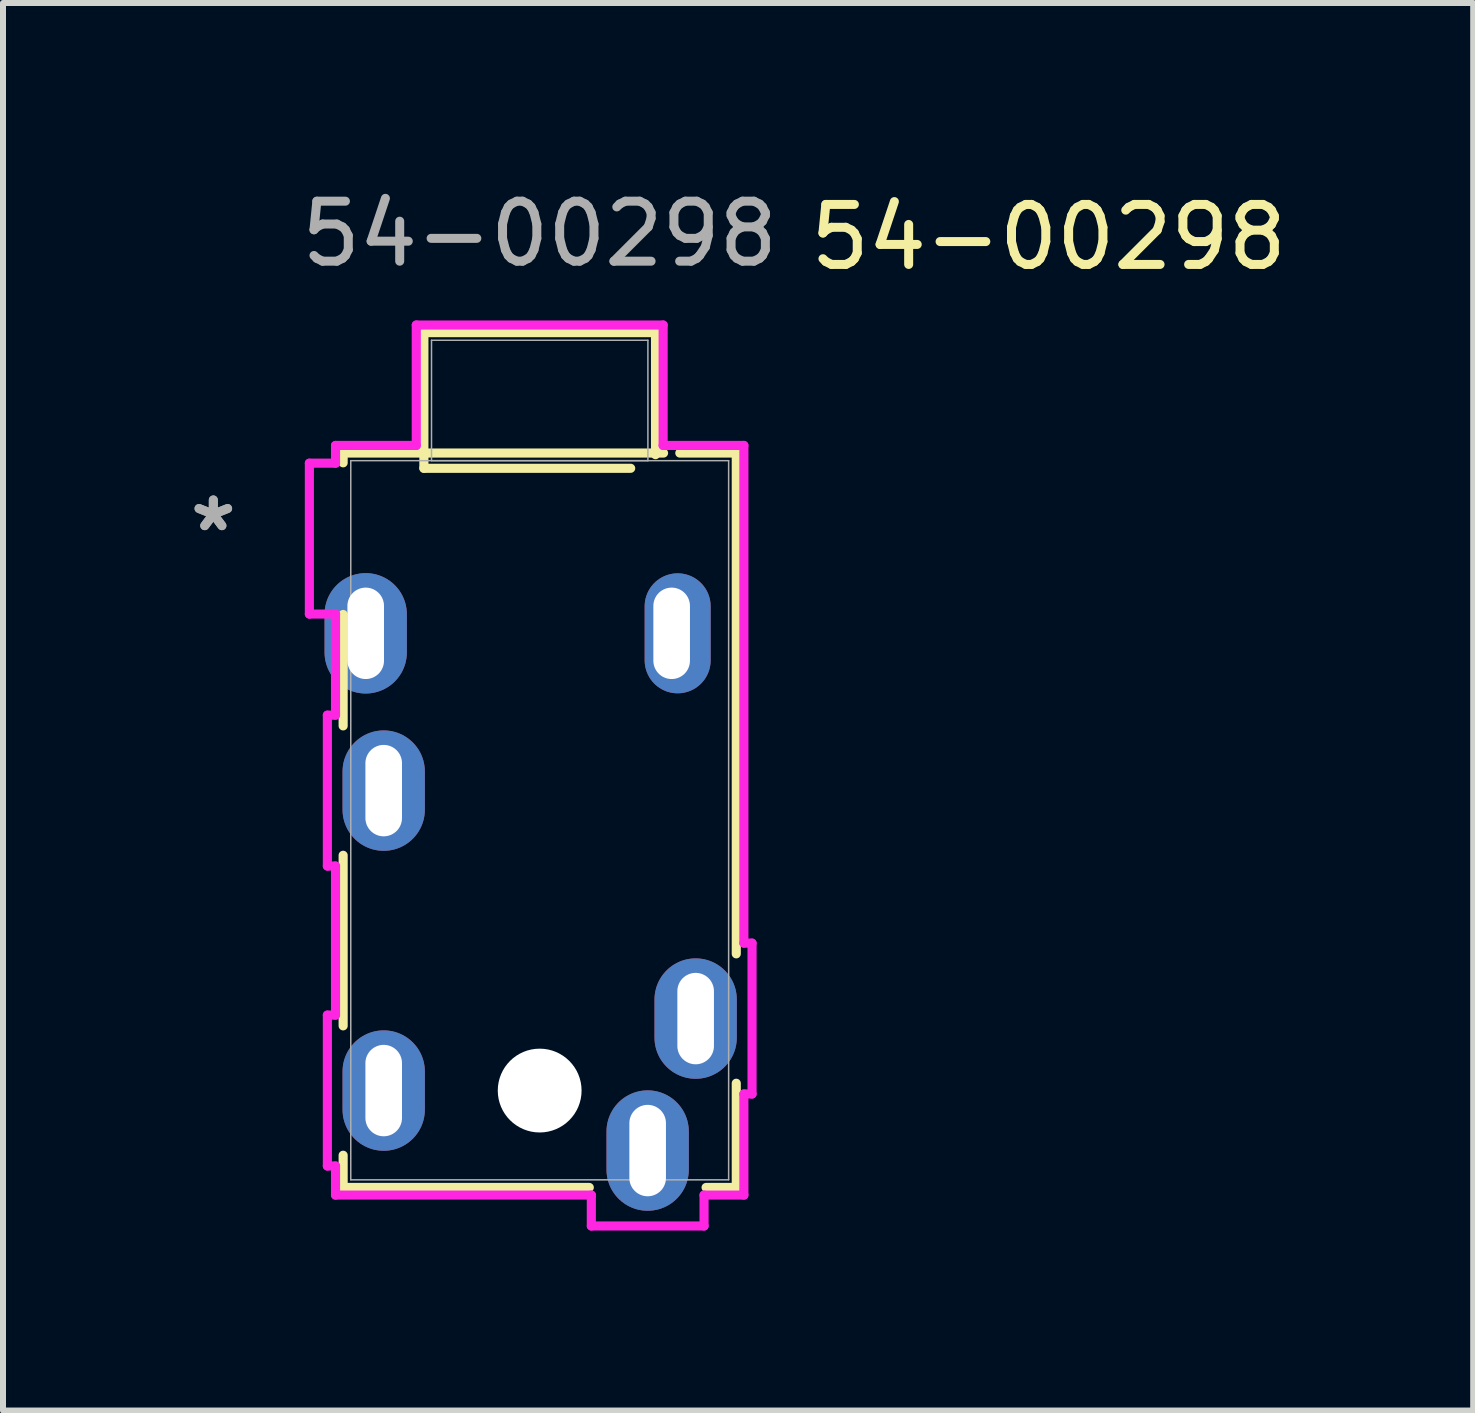
<source format=kicad_pcb>
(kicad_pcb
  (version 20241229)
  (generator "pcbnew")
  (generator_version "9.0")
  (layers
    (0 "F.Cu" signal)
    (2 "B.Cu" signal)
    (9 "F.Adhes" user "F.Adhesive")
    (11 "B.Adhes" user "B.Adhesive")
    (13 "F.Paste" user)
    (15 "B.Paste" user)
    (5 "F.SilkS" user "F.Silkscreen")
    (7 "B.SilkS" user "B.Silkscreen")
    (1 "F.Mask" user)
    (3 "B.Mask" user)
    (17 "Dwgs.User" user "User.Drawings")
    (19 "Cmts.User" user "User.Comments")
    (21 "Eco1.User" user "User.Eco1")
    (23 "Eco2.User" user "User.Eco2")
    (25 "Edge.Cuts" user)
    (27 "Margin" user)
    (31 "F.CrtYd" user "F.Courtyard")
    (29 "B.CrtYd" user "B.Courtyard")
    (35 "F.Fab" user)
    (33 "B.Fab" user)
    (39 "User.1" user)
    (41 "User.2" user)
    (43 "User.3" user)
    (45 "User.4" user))
  (footprint "54-00298"
    (layer "F.Cu")
    (at 4.27 3.443)
    (property "Reference" "54-00298" (at 10.16 -2.54 0) (unlocked yes) (layer "F.SilkS") (effects (font (size 1 1) (thickness 0.15))))
    (attr smd)
    (fp_line (start -1.6 1.059) (end -1.6 1.222) (stroke (width 0.152) (type solid)) (layer "F.SilkS"))
    (fp_line (start -1.6 3.75) (end -1.6 5.607) (stroke (width 0.152) (type solid)) (layer "F.SilkS"))
    (fp_line (start -1.6 7.764) (end -1.6 10.607) (stroke (width 0.152) (type solid)) (layer "F.SilkS"))
    (fp_line (start -1.6 12.764) (end -1.6 13.301) (stroke (width 0.152) (type solid)) (layer "F.SilkS"))
    (fp_line (start -1.6 13.301) (end 2.503 13.301) (stroke (width 0.152) (type solid)) (layer "F.SilkS"))
    (fp_line (start -0.254 -0.948) (end -0.254 1.313) (stroke (width 0.152) (type solid)) (layer "F.SilkS"))
    (fp_line (start -0.254 1.313) (end 3.193 1.313) (stroke (width 0.152) (type solid)) (layer "F.SilkS"))
    (fp_line (start 3.607 -0.948) (end -0.254 -0.948) (stroke (width 0.152) (type solid)) (layer "F.SilkS"))
    (fp_line (start 3.607 1.086) (end 3.607 -0.948) (stroke (width 0.152) (type solid)) (layer "F.SilkS"))
    (fp_line (start 3.741 1.059) (end -1.6 1.059) (stroke (width 0.152) (type solid)) (layer "F.SilkS"))
    (fp_line (start 4.45 13.301) (end 4.953 13.301) (stroke (width 0.152) (type solid)) (layer "F.SilkS"))
    (fp_line (start 4.953 1.059) (end 4.012 1.059) (stroke (width 0.152) (type solid)) (layer "F.SilkS"))
    (fp_line (start 4.953 9.407) (end 4.953 1.059) (stroke (width 0.152) (type solid)) (layer "F.SilkS"))
    (fp_line (start 4.953 13.301) (end 4.953 11.564) (stroke (width 0.152) (type solid)) (layer "F.SilkS"))
    (fp_line (start -2.163 1.228) (end -2.163 3.743) (stroke (width 0.152) (type solid)) (layer "F.CrtYd"))
    (fp_line (start -2.163 3.743) (end -1.727 3.743) (stroke (width 0.152) (type solid)) (layer "F.CrtYd"))
    (fp_line (start -1.863 5.428) (end -1.863 7.943) (stroke (width 0.152) (type solid)) (layer "F.CrtYd"))
    (fp_line (start -1.863 7.943) (end -1.727 7.943) (stroke (width 0.152) (type solid)) (layer "F.CrtYd"))
    (fp_line (start -1.863 10.428) (end -1.863 12.943) (stroke (width 0.152) (type solid)) (layer "F.CrtYd"))
    (fp_line (start -1.863 12.943) (end -1.727 12.943) (stroke (width 0.152) (type solid)) (layer "F.CrtYd"))
    (fp_line (start -1.727 0.932) (end -1.727 1.228) (stroke (width 0.152) (type solid)) (layer "F.CrtYd"))
    (fp_line (start -1.727 1.228) (end -2.163 1.228) (stroke (width 0.152) (type solid)) (layer "F.CrtYd"))
    (fp_line (start -1.727 3.743) (end -1.727 5.428) (stroke (width 0.152) (type solid)) (layer "F.CrtYd"))
    (fp_line (start -1.727 5.428) (end -1.863 5.428) (stroke (width 0.152) (type solid)) (layer "F.CrtYd"))
    (fp_line (start -1.727 7.943) (end -1.727 10.428) (stroke (width 0.152) (type solid)) (layer "F.CrtYd"))
    (fp_line (start -1.727 10.428) (end -1.863 10.428) (stroke (width 0.152) (type solid)) (layer "F.CrtYd"))
    (fp_line (start -1.727 12.943) (end -1.727 13.428) (stroke (width 0.152) (type solid)) (layer "F.CrtYd"))
    (fp_line (start -1.727 13.428) (end 2.537 13.428) (stroke (width 0.152) (type solid)) (layer "F.CrtYd"))
    (fp_line (start -0.381 -1.075) (end -0.381 0.932) (stroke (width 0.152) (type solid)) (layer "F.CrtYd"))
    (fp_line (start -0.381 0.932) (end -1.727 0.932) (stroke (width 0.152) (type solid)) (layer "F.CrtYd"))
    (fp_line (start 2.537 13.428) (end 2.537 13.943) (stroke (width 0.152) (type solid)) (layer "F.CrtYd"))
    (fp_line (start 2.537 13.943) (end 4.416 13.943) (stroke (width 0.152) (type solid)) (layer "F.CrtYd"))
    (fp_line (start 3.734 -1.075) (end -0.381 -1.075) (stroke (width 0.152) (type solid)) (layer "F.CrtYd"))
    (fp_line (start 3.734 0.932) (end 3.734 -1.075) (stroke (width 0.152) (type solid)) (layer "F.CrtYd"))
    (fp_line (start 4.416 13.428) (end 5.08 13.428) (stroke (width 0.152) (type solid)) (layer "F.CrtYd"))
    (fp_line (start 4.416 13.943) (end 4.416 13.428) (stroke (width 0.152) (type solid)) (layer "F.CrtYd"))
    (fp_line (start 5.08 0.932) (end 3.734 0.932) (stroke (width 0.152) (type solid)) (layer "F.CrtYd"))
    (fp_line (start 5.08 9.228) (end 5.08 0.932) (stroke (width 0.152) (type solid)) (layer "F.CrtYd"))
    (fp_line (start 5.08 11.743) (end 5.216 11.743) (stroke (width 0.152) (type solid)) (layer "F.CrtYd"))
    (fp_line (start 5.08 13.428) (end 5.08 11.743) (stroke (width 0.152) (type solid)) (layer "F.CrtYd"))
    (fp_line (start 5.216 9.228) (end 5.08 9.228) (stroke (width 0.152) (type solid)) (layer "F.CrtYd"))
    (fp_line (start 5.216 11.743) (end 5.216 9.228) (stroke (width 0.152) (type solid)) (layer "F.CrtYd"))
    (fp_line (start -1.473 1.186) (end -1.473 13.174) (stroke (width 0.025) (type solid)) (layer "F.Fab"))
    (fp_line (start -1.473 13.174) (end 4.826 13.174) (stroke (width 0.025) (type solid)) (layer "F.Fab"))
    (fp_line (start -0.127 -0.821) (end -0.127 1.186) (stroke (width 0.025) (type solid)) (layer "F.Fab"))
    (fp_line (start -0.127 1.186) (end 3.48 1.186) (stroke (width 0.025) (type solid)) (layer "F.Fab"))
    (fp_line (start 3.48 -0.821) (end -0.127 -0.821) (stroke (width 0.025) (type solid)) (layer "F.Fab"))
    (fp_line (start 3.48 1.186) (end 3.48 -0.821) (stroke (width 0.025) (type solid)) (layer "F.Fab"))
    (fp_line (start 4.826 1.186) (end -1.473 1.186) (stroke (width 0.025) (type solid)) (layer "F.Fab"))
    (fp_line (start 4.826 13.174) (end 4.826 1.186) (stroke (width 0.025) (type solid)) (layer "F.Fab"))
    (fp_text user "${REFERENCE}" (at 1.676 -2.594 0) (unlocked yes) (layer "F.Fab") (effects (font (size 1 1) (thickness 0.15))))
    (fp_text user "*" (at -3.764 2.386 0) (layer "F.Fab") (effects (font (size 1 1) (thickness 0.15))))
    (fp_text user "*" (at -3.764 2.386 0) (unlocked yes) (layer "F.Fab") (effects (font (size 1 1) (thickness 0.15))))
    (pad "" np_thru_hole circle (at 1.676 11.686) (size 1.397 1.397) (drill 1.397) (layers "*.Cu" "*.Mask"))
    (pad "1" thru_hole oval (at -1.224 4.064) (size 1.372 2.007) (drill oval 0.61 1.524) (layers "*.Cu" "*.Mask"))
    (pad "2" thru_hole oval (at 3.876 4.064) (size 1.1 2) (drill oval 0.61 1.524 (offset 0.1 0)) (layers "*.Cu" "*.Mask"))
    (pad "3" thru_hole oval (at -0.924 6.686) (size 1.372 2.007) (drill oval 0.61 1.524) (layers "*.Cu" "*.Mask"))
    (pad "4" thru_hole oval (at 4.276 10.486) (size 1.372 2.007) (drill oval 0.61 1.524) (layers "*.Cu" "*.Mask"))
    (pad "5" thru_hole oval (at 3.476 12.686) (size 1.372 2.007) (drill oval 0.61 1.524) (layers "*.Cu" "*.Mask"))
    (pad "6" thru_hole oval (at -0.924 11.686) (size 1.372 2.007) (drill oval 0.61 1.524) (layers "*.Cu" "*.Mask")))
  (gr_rect
    (start -3 -3)
    (end 21.507 20.462)
    (stroke (width 0.1) (type default))
    (fill no)
    (layer "Edge.Cuts")))
</source>
